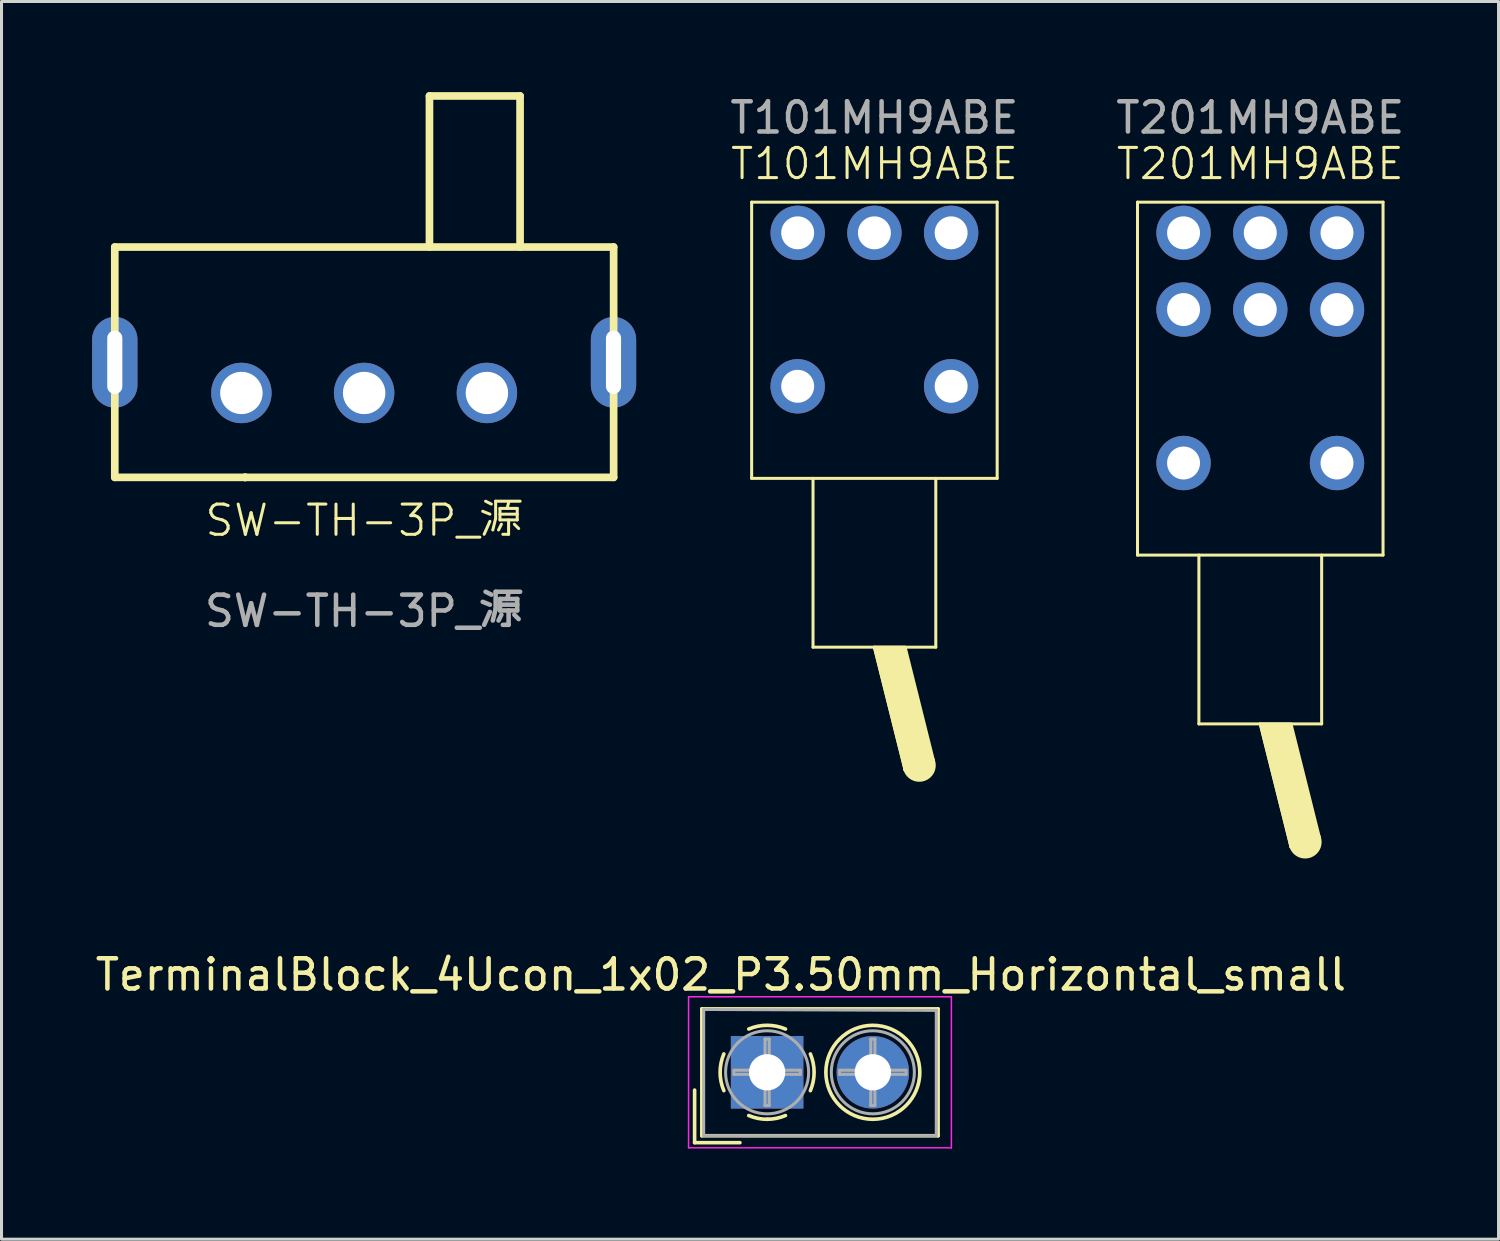
<source format=kicad_pcb>
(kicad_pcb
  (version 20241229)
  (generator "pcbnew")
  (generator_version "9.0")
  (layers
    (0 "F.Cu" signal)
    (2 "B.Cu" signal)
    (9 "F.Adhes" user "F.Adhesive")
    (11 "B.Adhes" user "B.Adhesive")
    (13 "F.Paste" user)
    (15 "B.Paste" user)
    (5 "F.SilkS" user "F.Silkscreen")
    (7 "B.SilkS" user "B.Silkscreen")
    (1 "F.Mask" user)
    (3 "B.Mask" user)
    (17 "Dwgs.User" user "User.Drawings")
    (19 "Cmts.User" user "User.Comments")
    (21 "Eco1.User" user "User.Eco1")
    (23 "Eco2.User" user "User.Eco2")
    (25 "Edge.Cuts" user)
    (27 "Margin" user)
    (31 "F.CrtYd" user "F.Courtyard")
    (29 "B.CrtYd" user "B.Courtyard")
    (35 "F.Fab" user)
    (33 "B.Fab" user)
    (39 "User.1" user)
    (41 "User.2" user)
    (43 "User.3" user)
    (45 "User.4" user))
  (footprint "TerminalBlock_4Ucon_1x02_P3.50mm_Horizontal_small"
    (layer "F.Cu")
    (at 22.345 32.448)
    (property "Reference" "TerminalBlock_4Ucon_1x02_P3.50mm_Horizontal_small" (at -1.53 -3.23 0) (layer "F.SilkS") (effects (font (size 1 1) (thickness 0.15))))
    (attr through_hole)
    (fp_line (start -2.4 0.59) (end -2.4 2.33) (stroke (width 0.12) (type solid)) (layer "F.SilkS"))
    (fp_line (start -2.4 2.33) (end -0.9 2.33) (stroke (width 0.12) (type solid)) (layer "F.SilkS"))
    (fp_line (start -2.16 -2.1) (end -2.16 2.1) (stroke (width 0.12) (type solid)) (layer "F.SilkS"))
    (fp_line (start -2.16 -2.1) (end 5.66 -2.1) (stroke (width 0.12) (type solid)) (layer "F.SilkS"))
    (fp_line (start -2.16 2.1) (end 5.66 2.1) (stroke (width 0.12) (type solid)) (layer "F.SilkS"))
    (fp_line (start 5.66 -2.1) (end 5.66 2.1) (stroke (width 0.12) (type solid)) (layer "F.SilkS"))
    (fp_arc (start -1.432109 0.607742) (mid -1.555727 -0.00014) (end -1.432 -0.608) (stroke (width 0.12) (type solid)) (layer "F.SilkS"))
    (fp_arc (start -0.607742 -1.432109) (mid 0.00014 -1.555727) (end 0.608 -1.432) (stroke (width 0.12) (type solid)) (layer "F.SilkS"))
    (fp_arc (start 0.027011 1.555493) (mid -0.296984 1.527118) (end -0.608 1.432) (stroke (width 0.12) (type solid)) (layer "F.SilkS"))
    (fp_arc (start 0.607587 1.431385) (mid 0.310017 1.523783) (end 0 1.555) (stroke (width 0.12) (type solid)) (layer "F.SilkS"))
    (fp_arc (start 1.432109 -0.607742) (mid 1.555727 0.00014) (end 1.432 0.608) (stroke (width 0.12) (type solid)) (layer "F.SilkS"))
    (fp_circle (center 3.5 0) (end 5.055 0) (stroke (width 0.12) (type solid)) (fill no) (layer "F.SilkS"))
    (fp_line (start -2.6 -2.5) (end -2.6 2.5) (stroke (width 0.05) (type solid)) (layer "F.CrtYd"))
    (fp_line (start -2.6 2.5) (end 6.1 2.5) (stroke (width 0.05) (type solid)) (layer "F.CrtYd"))
    (fp_line (start 6.1 -2.5) (end -2.6 -2.5) (stroke (width 0.05) (type solid)) (layer "F.CrtYd"))
    (fp_line (start 6.1 2.5) (end 6.1 -2.5) (stroke (width 0.05) (type solid)) (layer "F.CrtYd"))
    (fp_line (start -2.1 -2.08) (end 5.6 -2.05) (stroke (width 0.1) (type default)) (layer "F.Fab"))
    (fp_line (start -2.1 2.1) (end -2.1 -2.08) (stroke (width 0.1) (type solid)) (layer "F.Fab"))
    (fp_line (start -2.1 2.1) (end 5.6 2.1) (stroke (width 0.1) (type solid)) (layer "F.Fab"))
    (fp_line (start -1.1 -0.069) (end -0.069 -0.069) (stroke (width 0.1) (type solid)) (layer "F.Fab"))
    (fp_line (start -1.1 0.069) (end -1.1 -0.069) (stroke (width 0.1) (type solid)) (layer "F.Fab"))
    (fp_line (start -0.069 -1.1) (end 0.069 -1.1) (stroke (width 0.1) (type solid)) (layer "F.Fab"))
    (fp_line (start -0.069 -0.069) (end -0.069 -1.1) (stroke (width 0.1) (type solid)) (layer "F.Fab"))
    (fp_line (start -0.069 0.069) (end -1.1 0.069) (stroke (width 0.1) (type solid)) (layer "F.Fab"))
    (fp_line (start -0.069 1.1) (end -0.069 0.069) (stroke (width 0.1) (type solid)) (layer "F.Fab"))
    (fp_line (start 0.069 -1.1) (end 0.069 -0.069) (stroke (width 0.1) (type solid)) (layer "F.Fab"))
    (fp_line (start 0.069 -0.069) (end 1.1 -0.069) (stroke (width 0.1) (type solid)) (layer "F.Fab"))
    (fp_line (start 0.069 0.069) (end 0.069 1.1) (stroke (width 0.1) (type solid)) (layer "F.Fab"))
    (fp_line (start 0.069 1.1) (end -0.069 1.1) (stroke (width 0.1) (type solid)) (layer "F.Fab"))
    (fp_line (start 1.1 -0.069) (end 1.1 0.069) (stroke (width 0.1) (type solid)) (layer "F.Fab"))
    (fp_line (start 1.1 0.069) (end 0.069 0.069) (stroke (width 0.1) (type solid)) (layer "F.Fab"))
    (fp_line (start 2.4 -0.069) (end 3.431 -0.069) (stroke (width 0.1) (type solid)) (layer "F.Fab"))
    (fp_line (start 2.4 0.069) (end 2.4 -0.069) (stroke (width 0.1) (type solid)) (layer "F.Fab"))
    (fp_line (start 3.431 -1.1) (end 3.569 -1.1) (stroke (width 0.1) (type solid)) (layer "F.Fab"))
    (fp_line (start 3.431 -0.069) (end 3.431 -1.1) (stroke (width 0.1) (type solid)) (layer "F.Fab"))
    (fp_line (start 3.431 0.069) (end 2.4 0.069) (stroke (width 0.1) (type solid)) (layer "F.Fab"))
    (fp_line (start 3.431 1.1) (end 3.431 0.069) (stroke (width 0.1) (type solid)) (layer "F.Fab"))
    (fp_line (start 3.569 -1.1) (end 3.569 -0.069) (stroke (width 0.1) (type solid)) (layer "F.Fab"))
    (fp_line (start 3.569 -0.069) (end 4.6 -0.069) (stroke (width 0.1) (type solid)) (layer "F.Fab"))
    (fp_line (start 3.569 0.069) (end 3.569 1.1) (stroke (width 0.1) (type solid)) (layer "F.Fab"))
    (fp_line (start 3.569 1.1) (end 3.431 1.1) (stroke (width 0.1) (type solid)) (layer "F.Fab"))
    (fp_line (start 4.6 -0.069) (end 4.6 0.069) (stroke (width 0.1) (type solid)) (layer "F.Fab"))
    (fp_line (start 4.6 0.069) (end 3.569 0.069) (stroke (width 0.1) (type solid)) (layer "F.Fab"))
    (fp_line (start 5.6 -2.05) (end 5.6 2.05) (stroke (width 0.1) (type solid)) (layer "F.Fab"))
    (fp_circle (center 0 0) (end 1.375 0) (stroke (width 0.1) (type solid)) (fill no) (layer "F.Fab"))
    (fp_circle (center 3.5 0) (end 4.875 0) (stroke (width 0.1) (type solid)) (fill no) (layer "F.Fab"))
    (pad "1" thru_hole rect (at 0 0) (size 2.4 2.4) (drill 1.2) (layers "*.Cu" "*.Mask"))
    (pad "2" thru_hole circle (at 3.5 0) (size 2.4 2.4) (drill 1.2) (layers "*.Cu" "*.Mask")))
  (footprint "T101MH9ABE"
    (layer "F.Cu")
    (at 25.897 4.658)
    (property "Reference" "T101MH9ABE" (at 0 -2.286 0) (unlocked yes) (layer "F.SilkS") (effects (font (size 1 1) (thickness 0.1))))
    (attr through_hole)
    (fp_line (start -4.064 -1.016) (end -4.064 8.128) (stroke (width 0.1) (type default)) (layer "F.SilkS"))
    (fp_line (start -4.064 -1.016) (end 4.064 -1.016) (stroke (width 0.1) (type default)) (layer "F.SilkS"))
    (fp_line (start -4.064 8.128) (end 4.064 8.128) (stroke (width 0.1) (type default)) (layer "F.SilkS"))
    (fp_line (start -2.032 8.128) (end -2.032 13.716) (stroke (width 0.1) (type default)) (layer "F.SilkS"))
    (fp_line (start -2.032 13.716) (end 2.032 13.716) (stroke (width 0.1) (type default)) (layer "F.SilkS"))
    (fp_line (start 0 13.716) (end 1.016 17.78) (stroke (width 0.1) (type default)) (layer "F.SilkS"))
    (fp_line (start 1.016 17.78) (end 1.778 17.526) (stroke (width 0.1) (type default)) (layer "F.SilkS"))
    (fp_line (start 1.016 17.78) (end 1.956 17.475) (stroke (width 0.1) (type default)) (layer "F.SilkS"))
    (fp_line (start 2.032 13.716) (end 2.032 8.128) (stroke (width 0.1) (type default)) (layer "F.SilkS"))
    (fp_line (start 4.064 -1.016) (end 4.064 8.128) (stroke (width 0.1) (type default)) (layer "F.SilkS"))
    (fp_circle (center 1.486 17.628) (end 1.98 17.628) (stroke (width 0.1) (type solid)) (fill yes) (layer "F.SilkS"))
    (fp_poly (pts (xy 0 13.716) (xy 1.016 13.716) (xy 1.956 17.475) (xy 1.016 17.78)) (stroke (width 0.1) (type solid)) (fill yes) (layer "F.SilkS"))
    (fp_text user "${REFERENCE}" (at 0 -3.81 0) (unlocked yes) (layer "F.Fab") (effects (font (size 1 1) (thickness 0.15))))
    (pad "1" thru_hole circle (at 2.54 0) (size 1.8 1.8) (drill 1.09) (layers "*.Cu" "*.Mask"))
    (pad "2" thru_hole circle (at 0 0) (size 1.8 1.8) (drill 1.09) (layers "*.Cu" "*.Mask"))
    (pad "3" thru_hole circle (at -2.54 0) (size 1.8 1.8) (drill 1.09) (layers "*.Cu" "*.Mask"))
    (pad "4" thru_hole circle (at 2.54 5.08) (size 1.8 1.8) (drill 1.09) (layers "*.Cu" "*.Mask"))
    (pad "5" thru_hole circle (at -2.54 5.08) (size 1.8 1.8) (drill 1.09) (layers "*.Cu" "*.Mask")))
  (footprint "SW-TH-3P_源"
    (layer "F.Cu")
    (at 8.995 6.44)
    (property "Reference" "SW-TH-3P_源" (at 0.03 7.74 0) (unlocked yes) (layer "F.SilkS") (effects (font (size 1 1) (thickness 0.1))))
    (attr through_hole)
    (fp_line (start -8.245 -1.313) (end -8.245 6.313) (stroke (width 0.254) (type solid)) (layer "F.SilkS"))
    (fp_line (start -3.931 6.313) (end -8.245 6.313) (stroke (width 0.254) (type solid)) (layer "F.SilkS"))
    (fp_line (start -3.927 6.313) (end -3.931 6.313) (stroke (width 0.254) (type solid)) (layer "F.SilkS"))
    (fp_line (start -3.927 6.313) (end -3.931 6.313) (stroke (width 0.254) (type solid)) (layer "F.SilkS"))
    (fp_line (start 2.172 -6.313) (end 2.172 -1.313) (stroke (width 0.254) (type solid)) (layer "F.SilkS"))
    (fp_line (start 5.172 -6.313) (end 2.172 -6.313) (stroke (width 0.254) (type solid)) (layer "F.SilkS"))
    (fp_line (start 5.172 -6.313) (end 5.172 -1.313) (stroke (width 0.254) (type solid)) (layer "F.SilkS"))
    (fp_line (start 8.269 -1.313) (end -8.245 -1.313) (stroke (width 0.254) (type solid)) (layer "F.SilkS"))
    (fp_line (start 8.269 -1.313) (end 8.269 6.313) (stroke (width 0.254) (type solid)) (layer "F.SilkS"))
    (fp_line (start 8.269 6.313) (end -3.931 6.313) (stroke (width 0.254) (type solid)) (layer "F.SilkS"))
    (fp_text user "${REFERENCE}" (at 0.03 10.74 0) (unlocked yes) (layer "F.Fab") (effects (font (size 1 1) (thickness 0.15))))
    (pad "1" thru_hole circle (at 4.074 3.519 180) (size 2 2) (drill oval 1.405 1.4) (layers "*.Cu" "*.Mask"))
    (pad "2" thru_hole circle (at 0.01 3.519 180) (size 2 2) (drill oval 1.405 1.4) (layers "*.Cu" "*.Mask"))
    (pad "3" thru_hole circle (at -4.054 3.519 180) (size 2 2) (drill oval 1.405 1.4) (layers "*.Cu" "*.Mask"))
    (pad "4" thru_hole oval (at 8.265 2.503 180) (size 1.5 3) (drill oval 0.5 2.1) (layers "*.Cu" "*.Mask"))
    (pad "5" thru_hole oval (at -8.245 2.503 180) (size 1.5 3) (drill oval 0.5 2.1) (layers "*.Cu" "*.Mask")))
  (footprint "T201MH9ABE"
    (layer "F.Cu")
    (at 38.671 7.198)
    (property "Reference" "T201MH9ABE" (at 0 -4.826 0) (unlocked yes) (layer "F.SilkS") (effects (font (size 1 1) (thickness 0.1))))
    (attr through_hole)
    (fp_line (start -4.064 -3.556) (end -4.064 8.128) (stroke (width 0.1) (type default)) (layer "F.SilkS"))
    (fp_line (start -4.064 -3.556) (end 4.064 -3.556) (stroke (width 0.1) (type default)) (layer "F.SilkS"))
    (fp_line (start -4.064 8.128) (end 4.064 8.128) (stroke (width 0.1) (type default)) (layer "F.SilkS"))
    (fp_line (start -2.032 8.128) (end -2.032 13.716) (stroke (width 0.1) (type default)) (layer "F.SilkS"))
    (fp_line (start -2.032 13.716) (end 2.032 13.716) (stroke (width 0.1) (type default)) (layer "F.SilkS"))
    (fp_line (start 0 13.716) (end 1.016 17.78) (stroke (width 0.1) (type default)) (layer "F.SilkS"))
    (fp_line (start 1.016 17.78) (end 1.778 17.526) (stroke (width 0.1) (type default)) (layer "F.SilkS"))
    (fp_line (start 1.016 17.78) (end 1.956 17.475) (stroke (width 0.1) (type default)) (layer "F.SilkS"))
    (fp_line (start 2.032 13.716) (end 2.032 8.128) (stroke (width 0.1) (type default)) (layer "F.SilkS"))
    (fp_line (start 4.064 -3.556) (end 4.064 8.128) (stroke (width 0.1) (type default)) (layer "F.SilkS"))
    (fp_circle (center 1.486 17.628) (end 1.98 17.628) (stroke (width 0.1) (type solid)) (fill yes) (layer "F.SilkS"))
    (fp_poly (pts (xy 0 13.716) (xy 1.016 13.716) (xy 1.956 17.475) (xy 1.016 17.78)) (stroke (width 0.1) (type solid)) (fill yes) (layer "F.SilkS"))
    (fp_text user "${REFERENCE}" (at 0 -6.35 0) (unlocked yes) (layer "F.Fab") (effects (font (size 1 1) (thickness 0.15))))
    (pad "" thru_hole circle (at -2.54 5.08) (size 1.8 1.8) (drill 1.09) (layers "*.Cu" "*.Mask"))
    (pad "" thru_hole circle (at 2.54 5.08) (size 1.8 1.8) (drill 1.09) (layers "*.Cu" "*.Mask"))
    (pad "1" thru_hole circle (at 2.54 0) (size 1.8 1.8) (drill 1.09) (layers "*.Cu" "*.Mask"))
    (pad "2" thru_hole circle (at 0 0) (size 1.8 1.8) (drill 1.09) (layers "*.Cu" "*.Mask"))
    (pad "3" thru_hole circle (at -2.54 0) (size 1.8 1.8) (drill 1.09) (layers "*.Cu" "*.Mask"))
    (pad "4" thru_hole circle (at 2.54 -2.54) (size 1.8 1.8) (drill 1.09) (layers "*.Cu" "*.Mask"))
    (pad "5" thru_hole circle (at 0 -2.54) (size 1.8 1.8) (drill 1.09) (layers "*.Cu" "*.Mask"))
    (pad "6" thru_hole circle (at -2.54 -2.54) (size 1.8 1.8) (drill 1.09) (layers "*.Cu" "*.Mask")))
  (gr_rect
    (start -3 -3)
    (end 46.558 37.973)
    (stroke (width 0.1) (type default))
    (fill no)
    (layer "Edge.Cuts")))
</source>
